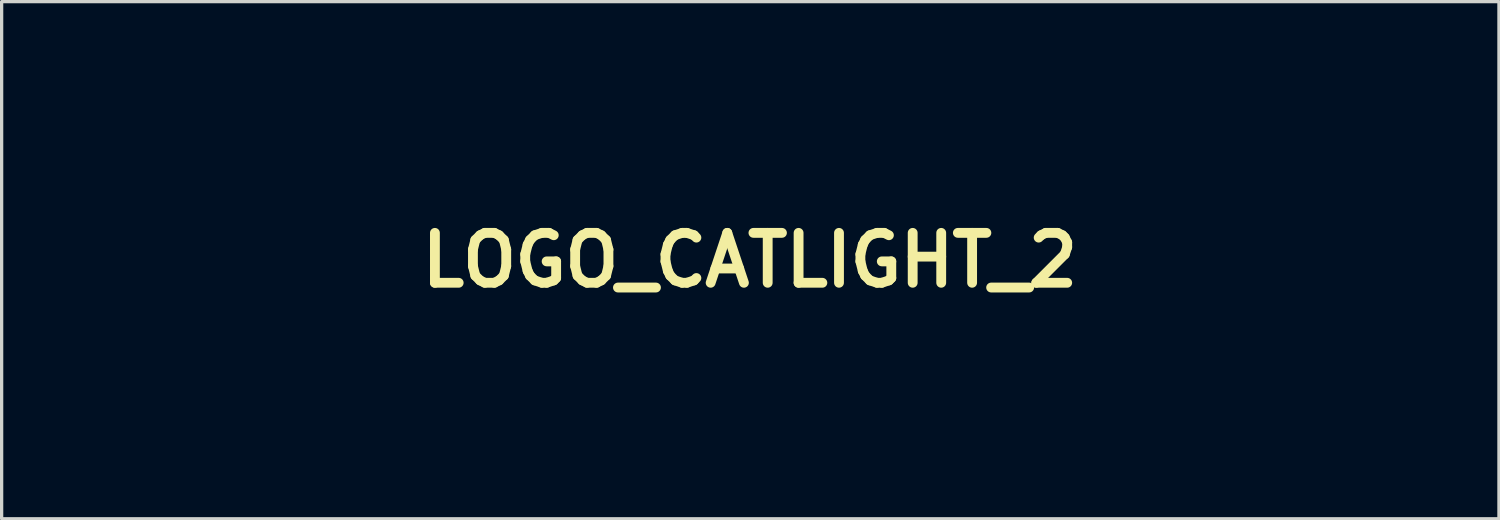
<source format=kicad_pcb>
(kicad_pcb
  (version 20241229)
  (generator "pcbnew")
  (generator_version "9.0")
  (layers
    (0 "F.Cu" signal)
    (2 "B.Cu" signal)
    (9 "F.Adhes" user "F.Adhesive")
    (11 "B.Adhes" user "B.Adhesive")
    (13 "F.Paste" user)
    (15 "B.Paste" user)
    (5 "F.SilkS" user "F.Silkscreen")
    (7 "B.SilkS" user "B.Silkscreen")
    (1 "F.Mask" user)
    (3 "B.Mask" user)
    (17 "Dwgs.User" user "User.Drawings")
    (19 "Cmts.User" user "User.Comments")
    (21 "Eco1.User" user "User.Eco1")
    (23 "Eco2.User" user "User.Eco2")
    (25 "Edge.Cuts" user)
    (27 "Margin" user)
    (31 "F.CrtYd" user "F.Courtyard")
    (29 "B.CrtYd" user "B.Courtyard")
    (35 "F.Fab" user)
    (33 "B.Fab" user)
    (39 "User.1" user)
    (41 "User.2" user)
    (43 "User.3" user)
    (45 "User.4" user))
  (footprint "LOGO_CATLIGHT_2"
    (layer "F.Cu")
    (at 19.844 4.894)
    (property "Reference" "LOGO_CATLIGHT_2" (at 0 0 0) (layer "F.SilkS") (effects (font (size 1.524 1.524) (thickness 0.3))))
    (attr board_only exclude_from_pos_files exclude_from_bom)
    (fp_poly (pts (xy 7.181 0.445) (xy 6.821 0.445) (xy 6.821 -0.424) (xy 7.181 -0.424)) (stroke (width 0) (type solid)) (fill yes) (layer "F.Mask"))
    (fp_poly (pts (xy 7.69 0.72) (xy 7.287 0.72) (xy 7.287 -0.678) (xy 7.69 -0.678)) (stroke (width 0) (type solid)) (fill yes) (layer "F.Mask"))
    (fp_poly (pts (xy 9.814 -4.374) (xy 9.87 -4.34) (xy 9.893 -4.283) (xy 9.893 -4.271) (xy 9.882 -4.219) (xy 9.844 -4.188) (xy 9.774 -4.175) (xy 9.73 -4.173) (xy 9.618 -4.173) (xy 9.618 -4.385) (xy 9.722 -4.385)) (stroke (width 0) (type solid)) (fill yes) (layer "F.Mask"))
    (fp_poly (pts (xy 9.839 -3.973) (xy 9.901 -3.944) (xy 9.931 -3.893) (xy 9.935 -3.854) (xy 9.918 -3.783) (xy 9.866 -3.735) (xy 9.779 -3.711) (xy 9.714 -3.707) (xy 9.618 -3.707) (xy 9.618 -3.983) (xy 9.742 -3.983)) (stroke (width 0) (type solid)) (fill yes) (layer "F.Mask"))
    (fp_poly (pts (xy 17.573 -4.3) (xy 17.579 -4.254) (xy 17.582 -4.179) (xy 17.583 -4.125) (xy 17.583 -3.919) (xy 17.445 -3.919) (xy 17.375 -3.921) (xy 17.326 -3.926) (xy 17.308 -3.932) (xy 17.319 -3.953) (xy 17.348 -4) (xy 17.39 -4.063) (xy 17.438 -4.134) (xy 17.486 -4.203) (xy 17.528 -4.262) (xy 17.558 -4.302) (xy 17.565 -4.31)) (stroke (width 0) (type solid)) (fill yes) (layer "F.Mask"))
    (fp_poly (pts (xy 16.035 -4.302) (xy 16.053 -4.255) (xy 16.078 -4.185) (xy 16.09 -4.148) (xy 16.118 -4.066) (xy 16.141 -3.997) (xy 16.156 -3.953) (xy 16.158 -3.946) (xy 16.152 -3.931) (xy 16.114 -3.922) (xy 16.04 -3.919) (xy 16.028 -3.919) (xy 15.957 -3.92) (xy 15.907 -3.924) (xy 15.888 -3.928) (xy 15.895 -3.951) (xy 15.912 -4.003) (xy 15.936 -4.073) (xy 15.963 -4.15) (xy 15.989 -4.223) (xy 16.011 -4.281) (xy 16.024 -4.314) (xy 16.026 -4.318)) (stroke (width 0) (type solid)) (fill yes) (layer "F.Mask"))
    (fp_poly (pts (xy 19.142 -4.392) (xy 19.188 -4.347) (xy 19.217 -4.27) (xy 19.232 -4.157) (xy 19.232 -4.007) (xy 19.231 -3.979) (xy 19.226 -3.886) (xy 19.218 -3.825) (xy 19.206 -3.785) (xy 19.186 -3.757) (xy 19.164 -3.736) (xy 19.105 -3.696) (xy 19.056 -3.692) (xy 19.005 -3.724) (xy 18.992 -3.736) (xy 18.95 -3.803) (xy 18.926 -3.904) (xy 18.918 -4.04) (xy 18.922 -4.144) (xy 18.941 -4.266) (xy 18.977 -4.351) (xy 19.031 -4.397) (xy 19.08 -4.406)) (stroke (width 0) (type solid)) (fill yes) (layer "F.Mask"))
    (fp_poly (pts (xy 2.152 -0.166) (xy 2.196 -0.161) (xy 2.203 -0.156) (xy 2.191 -0.134) (xy 2.158 -0.082) (xy 2.106 -0.005) (xy 2.038 0.095) (xy 1.957 0.211) (xy 1.867 0.34) (xy 1.822 0.404) (xy 1.715 0.555) (xy 1.604 0.713) (xy 1.494 0.867) (xy 1.392 1.012) (xy 1.303 1.138) (xy 1.233 1.238) (xy 1.229 1.244) (xy 1.158 1.342) (xy 1.095 1.429) (xy 1.045 1.497) (xy 1.01 1.542) (xy 0.997 1.556) (xy 0.981 1.545) (xy 0.959 1.503) (xy 0.946 1.467) (xy 0.929 1.415) (xy 0.902 1.331) (xy 0.868 1.223) (xy 0.828 1.1) (xy 0.788 0.974) (xy 0.748 0.85) (xy 0.711 0.736) (xy 0.681 0.641) (xy 0.659 0.572) (xy 0.647 0.536) (xy 0.647 0.535) (xy 0.633 0.487) (xy 0.952 0.487) (xy 1.078 0.487) (xy 1.167 0.484) (xy 1.225 0.48) (xy 1.258 0.472) (xy 1.27 0.462) (xy 1.271 0.457) (xy 1.265 0.427) (xy 1.248 0.365) (xy 1.222 0.279) (xy 1.19 0.177) (xy 1.178 0.14) (xy 1.085 -0.148) (xy 1.406 -0.148) (xy 1.544 -0.149) (xy 1.693 -0.152) (xy 1.834 -0.156) (xy 1.952 -0.162) (xy 1.965 -0.162) (xy 2.073 -0.167)) (stroke (width 0) (type solid)) (fill yes) (layer "F.Mask"))
    (fp_poly (pts (xy 11.27 -0.402) (xy 12.684 -0.408) (xy 14.098 -0.413) (xy 14.104 -0.588) (xy 14.11 -0.763) (xy 15.083 -0.763) (xy 15.083 0.826) (xy 14.109 0.826) (xy 14.109 0.53) (xy 11.27 0.53) (xy 11.265 1.626) (xy 11.259 2.722) (xy 10.767 2.728) (xy 10.274 2.734) (xy 10.274 -1.633) (xy 8.564 -1.626) (xy 8.254 -1.624) (xy 7.984 -1.623) (xy 7.751 -1.622) (xy 7.55 -1.62) (xy 7.38 -1.619) (xy 7.238 -1.617) (xy 7.119 -1.615) (xy 7.022 -1.612) (xy 6.944 -1.609) (xy 6.88 -1.605) (xy 6.829 -1.601) (xy 6.787 -1.595) (xy 6.751 -1.589) (xy 6.718 -1.582) (xy 6.686 -1.574) (xy 6.675 -1.571) (xy 6.463 -1.5) (xy 6.28 -1.404) (xy 6.125 -1.283) (xy 5.997 -1.133) (xy 5.894 -0.954) (xy 5.815 -0.744) (xy 5.759 -0.5) (xy 5.724 -0.221) (xy 5.72 -0.169) (xy 5.71 0.147) (xy 5.723 0.441) (xy 5.759 0.711) (xy 5.817 0.954) (xy 5.896 1.167) (xy 5.995 1.348) (xy 6.115 1.494) (xy 6.115 1.494) (xy 6.212 1.579) (xy 6.317 1.649) (xy 6.436 1.708) (xy 6.573 1.754) (xy 6.73 1.79) (xy 6.913 1.815) (xy 7.125 1.831) (xy 7.369 1.839) (xy 7.651 1.839) (xy 7.732 1.838) (xy 7.906 1.835) (xy 8.043 1.831) (xy 8.149 1.827) (xy 8.231 1.821) (xy 8.292 1.813) (xy 8.34 1.803) (xy 8.378 1.792) (xy 8.523 1.72) (xy 8.636 1.62) (xy 8.719 1.491) (xy 8.772 1.333) (xy 8.795 1.144) (xy 8.795 1.098) (xy 8.781 0.911) (xy 8.736 0.752) (xy 8.661 0.624) (xy 8.557 0.525) (xy 8.492 0.486) (xy 8.439 0.459) (xy 8.401 0.446) (xy 8.375 0.45) (xy 8.359 0.476) (xy 8.351 0.53) (xy 8.347 0.615) (xy 8.347 0.737) (xy 8.347 0.773) (xy 8.347 1.102) (xy 7.796 1.102) (xy 7.796 -1.017) (xy 8.347 -1.017) (xy 8.347 -0.403) (xy 8.411 -0.403) (xy 8.512 -0.394) (xy 8.635 -0.369) (xy 8.767 -0.333) (xy 8.892 -0.29) (xy 8.961 -0.26) (xy 9.133 -0.155) (xy 9.287 -0.016) (xy 9.417 0.152) (xy 9.488 0.279) (xy 9.545 0.403) (xy 9.586 0.517) (xy 9.615 0.632) (xy 9.634 0.756) (xy 9.644 0.901) (xy 9.648 1.077) (xy 9.648 1.102) (xy 9.647 1.243) (xy 9.644 1.353) (xy 9.637 1.442) (xy 9.627 1.52) (xy 9.61 1.597) (xy 9.599 1.642) (xy 9.517 1.89) (xy 9.404 2.109) (xy 9.262 2.297) (xy 9.089 2.456) (xy 8.887 2.584) (xy 8.655 2.682) (xy 8.548 2.715) (xy 8.499 2.728) (xy 8.452 2.738) (xy 8.399 2.746) (xy 8.338 2.752) (xy 8.261 2.757) (xy 8.164 2.76) (xy 8.042 2.763) (xy 7.889 2.765) (xy 7.7 2.766) (xy 7.648 2.767) (xy 7.41 2.768) (xy 7.212 2.767) (xy 7.048 2.765) (xy 6.915 2.761) (xy 6.808 2.754) (xy 6.725 2.745) (xy 6.715 2.744) (xy 6.395 2.682) (xy 6.103 2.59) (xy 5.842 2.467) (xy 5.609 2.314) (xy 5.405 2.131) (xy 5.23 1.916) (xy 5.083 1.671) (xy 4.964 1.394) (xy 4.874 1.086) (xy 4.811 0.745) (xy 4.789 0.551) (xy 4.769 0.206) (xy 4.774 -0.13) (xy 4.789 -0.339) (xy 4.838 -0.695) (xy 4.913 -1.019) (xy 5.016 -1.312) (xy 5.147 -1.572) (xy 5.306 -1.803) (xy 5.494 -2.002) (xy 5.712 -2.172) (xy 5.959 -2.313) (xy 6.236 -2.425) (xy 6.514 -2.503) (xy 6.548 -2.51) (xy 6.581 -2.517) (xy 6.614 -2.523) (xy 6.652 -2.528) (xy 6.696 -2.533) (xy 6.749 -2.537) (xy 6.814 -2.54) (xy 6.892 -2.543) (xy 6.988 -2.546) (xy 7.103 -2.548) (xy 7.239 -2.55) (xy 7.401 -2.551) (xy 7.589 -2.552) (xy 7.807 -2.554) (xy 8.057 -2.555) (xy 8.342 -2.556) (xy 8.664 -2.557) (xy 8.998 -2.558) (xy 11.27 -2.565)) (stroke (width 0) (type solid)) (fill yes) (layer "F.Mask"))
    (fp_poly (pts (xy 19.871 -3.178) (xy 17.541 -3.178) (xy 17.541 -1.441) (xy 15.083 -1.441) (xy 15.083 -1.123) (xy 14.109 -1.123) (xy 14.109 -2.563) (xy 15.083 -2.563) (xy 15.083 -2.181) (xy 16.28 -2.193) (xy 16.286 -2.685) (xy 16.292 -3.178) (xy 3.262 -3.178) (xy 3.262 -1.08) (xy 4.173 -1.08) (xy 4.173 -0.361) (xy 3.574 -0.355) (xy 2.976 -0.35) (xy 3.626 0.614) (xy 3.748 0.795) (xy 3.862 0.966) (xy 3.967 1.122) (xy 4.06 1.262) (xy 4.14 1.381) (xy 4.203 1.477) (xy 4.248 1.547) (xy 4.273 1.586) (xy 4.278 1.594) (xy 4.258 1.599) (xy 4.201 1.602) (xy 4.114 1.606) (xy 4.001 1.608) (xy 3.869 1.61) (xy 3.76 1.61) (xy 3.241 1.61) (xy 3.241 3.107) (xy 5.437 3.121) (xy 5.689 3.123) (xy 5.98 3.124) (xy 6.306 3.125) (xy 6.663 3.127) (xy 7.049 3.128) (xy 7.459 3.129) (xy 7.89 3.13) (xy 8.339 3.131) (xy 8.801 3.132) (xy 9.274 3.133) (xy 9.753 3.134) (xy 10.235 3.134) (xy 10.717 3.135) (xy 11.195 3.135) (xy 11.665 3.135) (xy 11.973 3.135) (xy 16.312 3.135) (xy 16.312 2.267) (xy 15.083 2.267) (xy 15.083 2.733) (xy 14.109 2.733) (xy 14.109 1.186) (xy 15.083 1.186) (xy 15.083 1.504) (xy 16.757 1.504) (xy 16.757 0.403) (xy 16.168 0.403) (xy 16.057 0.479) (xy 15.989 0.527) (xy 15.901 0.589) (xy 15.81 0.655) (xy 15.774 0.681) (xy 15.602 0.807) (xy 15.597 0.04) (xy 15.596 -0.136) (xy 15.595 -0.298) (xy 15.595 -0.442) (xy 15.596 -0.562) (xy 15.597 -0.654) (xy 15.598 -0.714) (xy 15.6 -0.736) (xy 15.619 -0.727) (xy 15.666 -0.697) (xy 15.735 -0.651) (xy 15.819 -0.591) (xy 15.86 -0.562) (xy 16.112 -0.38) (xy 16.81 -0.375) (xy 17.509 -0.371) (xy 17.505 0.752) (xy 17.504 0.982) (xy 17.503 1.246) (xy 17.503 1.537) (xy 17.502 1.847) (xy 17.501 2.167) (xy 17.501 2.489) (xy 17.5 2.807) (xy 17.5 3.111) (xy 17.5 3.345) (xy 17.498 4.814) (xy 9.718 4.803) (xy 8.953 4.801) (xy 8.23 4.8) (xy 7.548 4.799) (xy 6.907 4.798) (xy 6.307 4.796) (xy 5.745 4.795) (xy 5.223 4.793) (xy 4.74 4.792) (xy 4.295 4.79) (xy 3.887 4.789) (xy 3.516 4.787) (xy 3.181 4.786) (xy 2.883 4.784) (xy 2.62 4.782) (xy 2.391 4.78) (xy 2.197 4.778) (xy 2.037 4.776) (xy 1.91 4.774) (xy 1.816 4.772) (xy 1.753 4.77) (xy 1.727 4.768) (xy 1.341 4.711) (xy 0.989 4.63) (xy 0.67 4.524) (xy 0.492 4.448) (xy 0.179 4.279) (xy -0.102 4.083) (xy -0.35 3.86) (xy -0.565 3.611) (xy -0.747 3.336) (xy -0.894 3.037) (xy -1.007 2.715) (xy -1.029 2.634) (xy -1.046 2.564) (xy -1.062 2.501) (xy -1.077 2.441) (xy -1.09 2.382) (xy -1.101 2.322) (xy -1.111 2.258) (xy -1.119 2.188) (xy -1.126 2.108) (xy -1.133 2.018) (xy -1.138 1.913) (xy -1.142 1.792) (xy -1.146 1.652) (xy -1.149 1.491) (xy -1.151 1.306) (xy -1.153 1.094) (xy -1.155 0.853) (xy -1.156 0.581) (xy -1.157 0.275) (xy -1.158 -0.068) (xy -1.159 -0.449) (xy -1.16 -0.588) (xy -1.167 -3.178) (xy 0.507 -3.178) (xy 0.514 -0.673) (xy 0.515 -0.292) (xy 0.516 0.049) (xy 0.517 0.353) (xy 0.519 0.621) (xy 0.52 0.856) (xy 0.521 1.061) (xy 0.523 1.238) (xy 0.525 1.389) (xy 0.527 1.517) (xy 0.529 1.623) (xy 0.532 1.712) (xy 0.535 1.784) (xy 0.538 1.842) (xy 0.542 1.889) (xy 0.547 1.927) (xy 0.552 1.959) (xy 0.557 1.986) (xy 0.559 1.991) (xy 0.633 2.221) (xy 0.742 2.427) (xy 0.884 2.607) (xy 1.058 2.76) (xy 1.262 2.884) (xy 1.272 2.889) (xy 1.546 2.999) (xy 1.836 3.073) (xy 2.133 3.109) (xy 2.208 3.112) (xy 2.351 3.114) (xy 2.351 1.61) (xy 1.841 1.61) (xy 1.676 1.61) (xy 1.55 1.608) (xy 1.457 1.606) (xy 1.395 1.602) (xy 1.357 1.596) (xy 1.342 1.589) (xy 1.341 1.582) (xy 1.354 1.56) (xy 1.389 1.506) (xy 1.443 1.423) (xy 1.515 1.315) (xy 1.601 1.185) (xy 1.7 1.037) (xy 1.809 0.874) (xy 1.926 0.698) (xy 1.99 0.603) (xy 2.629 -0.35) (xy 1.462 -0.361) (xy 1.462 -1.08) (xy 2.373 -1.08) (xy 2.373 -3.178) (xy 0.507 -3.178) (xy -1.167 -3.178) (xy -3.623 -3.178) (xy -3.623 4.894) (xy -5.979 4.883) (xy -7.131 1.972) (xy -7.286 1.581) (xy -7.432 1.212) (xy -7.57 0.867) (xy -7.698 0.546) (xy -7.816 0.251) (xy -7.923 -0.016) (xy -8.02 -0.254) (xy -8.104 -0.461) (xy -8.176 -0.636) (xy -8.235 -0.778) (xy -8.281 -0.885) (xy -8.312 -0.956) (xy -8.329 -0.989) (xy -8.33 -0.991) (xy -8.411 -1.057) (xy -8.505 -1.092) (xy -8.611 -1.102) (xy -8.745 -1.087) (xy -8.851 -1.043) (xy -8.916 -0.989) (xy -8.93 -0.963) (xy -8.96 -0.899) (xy -9.005 -0.799) (xy -9.063 -0.664) (xy -9.135 -0.497) (xy -9.219 -0.3) (xy -9.315 -0.072) (xy -9.422 0.183) (xy -9.54 0.464) (xy -9.667 0.769) (xy -9.804 1.097) (xy -9.949 1.446) (xy -10.101 1.815) (xy -10.167 1.974) (xy -11.369 4.883) (xy -13.486 4.885) (xy -13.789 4.885) (xy -14.086 4.885) (xy -14.372 4.885) (xy -14.645 4.884) (xy -14.901 4.883) (xy -15.136 4.882) (xy -15.348 4.88) (xy -15.532 4.878) (xy -15.686 4.876) (xy -15.806 4.874) (xy -15.888 4.872) (xy -15.91 4.871) (xy -16.259 4.841) (xy -16.608 4.788) (xy -16.946 4.714) (xy -17.26 4.622) (xy -17.367 4.584) (xy -17.727 4.429) (xy -18.059 4.244) (xy -18.361 4.03) (xy -18.636 3.785) (xy -18.882 3.51) (xy -19.1 3.203) (xy -19.29 2.865) (xy -19.452 2.496) (xy -19.588 2.095) (xy -19.696 1.661) (xy -19.777 1.196) (xy -19.797 1.038) (xy -19.808 0.932) (xy -19.818 0.794) (xy -19.827 0.635) (xy -19.836 0.466) (xy -19.842 0.296) (xy -19.844 0.221) (xy -19.843 0.002) (xy -18.17 0.002) (xy -18.161 0.36) (xy -18.136 0.71) (xy -18.093 1.044) (xy -18.034 1.355) (xy -18.016 1.428) (xy -17.938 1.691) (xy -17.841 1.938) (xy -17.729 2.163) (xy -17.604 2.357) (xy -17.509 2.476) (xy -17.326 2.648) (xy -17.11 2.798) (xy -16.865 2.924) (xy -16.596 3.025) (xy -16.307 3.098) (xy -16.001 3.142) (xy -15.904 3.149) (xy -15.676 3.163) (xy -15.676 2.984) (xy -15.668 2.792) (xy -15.643 2.632) (xy -15.598 2.498) (xy -15.531 2.381) (xy -15.475 2.312) (xy -15.403 2.232) (xy -15.577 2.207) (xy -15.86 2.149) (xy -16.115 2.063) (xy -16.339 1.948) (xy -16.533 1.806) (xy -16.695 1.637) (xy -16.825 1.442) (xy -16.918 1.232) (xy -16.956 1.098) (xy -16.989 0.938) (xy -17.014 0.768) (xy -17.029 0.605) (xy -17.032 0.516) (xy -17.014 0.284) (xy -16.963 0.058) (xy -16.88 -0.153) (xy -16.769 -0.339) (xy -16.75 -0.365) (xy -16.673 -0.465) (xy -16.707 -0.598) (xy -16.727 -0.726) (xy -16.732 -0.877) (xy -16.723 -1.035) (xy -16.699 -1.185) (xy -16.672 -1.287) (xy -16.626 -1.419) (xy -16.542 -1.419) (xy -16.418 -1.406) (xy -16.272 -1.366) (xy -16.112 -1.304) (xy -15.945 -1.224) (xy -15.793 -1.134) (xy -15.667 -1.054) (xy -15.412 -1.104) (xy -15.201 -1.135) (xy -14.965 -1.153) (xy -14.718 -1.157) (xy -14.476 -1.148) (xy -14.251 -1.124) (xy -14.128 -1.103) (xy -13.883 -1.053) (xy -13.704 -1.158) (xy -13.599 -1.218) (xy -13.517 -1.262) (xy -13.444 -1.297) (xy -13.367 -1.328) (xy -13.273 -1.362) (xy -13.252 -1.369) (xy -13.133 -1.403) (xy -13.032 -1.418) (xy -12.956 -1.414) (xy -12.91 -1.39) (xy -12.904 -1.382) (xy -12.867 -1.287) (xy -12.839 -1.163) (xy -12.821 -1.021) (xy -12.813 -0.874) (xy -12.816 -0.735) (xy -12.832 -0.615) (xy -12.844 -0.569) (xy -12.874 -0.471) (xy -12.8 -0.378) (xy -12.717 -0.254) (xy -12.64 -0.103) (xy -12.579 0.057) (xy -12.55 0.165) (xy -12.534 0.25) (xy -12.525 0.337) (xy -12.522 0.439) (xy -12.525 0.568) (xy -12.526 0.612) (xy -12.546 0.869) (xy -12.585 1.092) (xy -12.645 1.289) (xy -12.728 1.463) (xy -12.837 1.622) (xy -12.952 1.75) (xy -13.047 1.841) (xy -13.13 1.908) (xy -13.215 1.963) (xy -13.306 2.01) (xy -13.452 2.071) (xy -13.622 2.128) (xy -13.799 2.176) (xy -13.963 2.209) (xy -14.017 2.217) (xy -14.08 2.227) (xy -14.121 2.238) (xy -14.13 2.244) (xy -14.116 2.266) (xy -14.081 2.305) (xy -14.057 2.329) (xy -13.99 2.407) (xy -13.941 2.494) (xy -13.908 2.6) (xy -13.889 2.733) (xy -13.881 2.87) (xy -13.877 2.972) (xy -13.873 3.059) (xy -13.869 3.122) (xy -13.865 3.151) (xy -13.854 3.158) (xy -13.825 3.164) (xy -13.774 3.168) (xy -13.698 3.171) (xy -13.594 3.173) (xy -13.459 3.174) (xy -13.289 3.174) (xy -13.082 3.173) (xy -12.982 3.173) (xy -12.109 3.167) (xy -11.119 0.777) (xy -10.993 0.472) (xy -10.87 0.176) (xy -10.751 -0.108) (xy -10.639 -0.377) (xy -10.533 -0.63) (xy -10.435 -0.863) (xy -10.345 -1.074) (xy -10.266 -1.26) (xy -10.198 -1.419) (xy -10.142 -1.549) (xy -10.099 -1.647) (xy -10.07 -1.709) (xy -10.059 -1.732) (xy -9.928 -1.912) (xy -9.765 -2.065) (xy -9.57 -2.192) (xy -9.345 -2.29) (xy -9.205 -2.333) (xy -9.133 -2.351) (xy -9.067 -2.364) (xy -8.999 -2.373) (xy -8.92 -2.378) (xy -8.821 -2.381) (xy -8.693 -2.382) (xy -8.601 -2.382) (xy -8.41 -2.379) (xy -8.253 -2.371) (xy -8.12 -2.356) (xy -8.003 -2.332) (xy -7.891 -2.298) (xy -7.777 -2.251) (xy -7.69 -2.21) (xy -7.558 -2.13) (xy -7.423 -2.022) (xy -7.299 -1.898) (xy -7.198 -1.768) (xy -7.166 -1.716) (xy -7.149 -1.681) (xy -7.118 -1.609) (xy -7.074 -1.504) (xy -7.017 -1.366) (xy -6.949 -1.201) (xy -6.87 -1.009) (xy -6.783 -0.793) (xy -6.687 -0.557) (xy -6.585 -0.303) (xy -6.477 -0.034) (xy -6.364 0.249) (xy -6.247 0.541) (xy -6.218 0.614) (xy -6.101 0.906) (xy -5.989 1.187) (xy -5.883 1.454) (xy -5.782 1.705) (xy -5.689 1.937) (xy -5.605 2.149) (xy -5.529 2.336) (xy -5.464 2.498) (xy -5.411 2.631) (xy -5.369 2.733) (xy -5.341 2.802) (xy -5.328 2.834) (xy -5.326 2.837) (xy -5.325 2.817) (xy -5.324 2.757) (xy -5.323 2.66) (xy -5.322 2.527) (xy -5.321 2.362) (xy -5.321 2.166) (xy -5.32 1.942) (xy -5.319 1.692) (xy -5.319 1.418) (xy -5.318 1.124) (xy -5.318 0.811) (xy -5.317 0.481) (xy -5.317 0.138) (xy -5.317 -0.166) (xy -5.317 -3.178) (xy -10.682 -3.171) (xy -11.249 -3.171) (xy -11.775 -3.17) (xy -12.262 -3.169) (xy -12.711 -3.168) (xy -13.124 -3.168) (xy -13.502 -3.167) (xy -13.848 -3.166) (xy -14.162 -3.165) (xy -14.446 -3.164) (xy -14.702 -3.163) (xy -14.931 -3.162) (xy -15.135 -3.161) (xy -15.316 -3.159) (xy -15.474 -3.158) (xy -15.612 -3.156) (xy -15.732 -3.154) (xy -15.833 -3.152) (xy -15.92 -3.15) (xy -15.992 -3.148) (xy -16.051 -3.145) (xy -16.1 -3.143) (xy -16.138 -3.14) (xy -16.169 -3.136) (xy -16.194 -3.133) (xy -16.213 -3.129) (xy -16.401 -3.087) (xy -16.559 -3.044) (xy -16.7 -2.996) (xy -16.836 -2.939) (xy -16.937 -2.892) (xy -17.175 -2.754) (xy -17.383 -2.592) (xy -17.564 -2.402) (xy -17.718 -2.183) (xy -17.848 -1.931) (xy -17.956 -1.644) (xy -17.961 -1.63) (xy -18.035 -1.351) (xy -18.094 -1.04) (xy -18.136 -0.706) (xy -18.161 -0.356) (xy -18.17 0.002) (xy -19.843 0.002) (xy -19.842 -0.326) (xy -19.814 -0.842) (xy -19.757 -1.326) (xy -19.672 -1.779) (xy -19.56 -2.2) (xy -19.419 -2.591) (xy -19.249 -2.951) (xy -19.052 -3.28) (xy -18.825 -3.58) (xy -18.57 -3.849) (xy -18.287 -4.089) (xy -18.281 -4.092) (xy 6.611 -4.092) (xy 6.612 -3.974) (xy 6.628 -3.866) (xy 6.632 -3.848) (xy 6.674 -3.763) (xy 6.744 -3.678) (xy 6.833 -3.605) (xy 6.927 -3.555) (xy 6.941 -3.55) (xy 7.048 -3.529) (xy 7.172 -3.525) (xy 7.295 -3.537) (xy 7.397 -3.565) (xy 7.399 -3.566) (xy 7.448 -3.59) (xy 7.471 -3.617) (xy 7.478 -3.663) (xy 7.478 -3.696) (xy 7.476 -3.753) (xy 7.472 -3.787) (xy 7.47 -3.792) (xy 7.447 -3.784) (xy 7.4 -3.764) (xy 7.369 -3.75) (xy 7.253 -3.715) (xy 7.14 -3.711) (xy 7.04 -3.739) (xy 6.959 -3.796) (xy 6.918 -3.852) (xy 6.877 -3.971) (xy 6.873 -4.048) (xy 7.648 -4.048) (xy 7.664 -3.891) (xy 7.714 -3.76) (xy 7.796 -3.655) (xy 7.911 -3.578) (xy 7.986 -3.548) (xy 8.088 -3.528) (xy 8.208 -3.525) (xy 8.294 -3.533) (xy 9.363 -3.533) (xy 9.676 -3.542) (xy 9.81 -3.546) (xy 9.909 -3.553) (xy 9.979 -3.562) (xy 10.029 -3.575) (xy 10.057 -3.587) (xy 10.132 -3.65) (xy 10.177 -3.741) (xy 10.19 -3.846) (xy 10.185 -3.914) (xy 10.163 -3.964) (xy 10.117 -4.017) (xy 10.044 -4.09) (xy 10.096 -4.141) (xy 10.135 -4.207) (xy 10.15 -4.291) (xy 10.14 -4.379) (xy 10.106 -4.453) (xy 10.104 -4.456) (xy 10.065 -4.493) (xy 10.013 -4.52) (xy 9.94 -4.538) (xy 9.875 -4.545) (xy 10.232 -4.545) (xy 10.243 -4.525) (xy 10.273 -4.476) (xy 10.319 -4.404) (xy 10.377 -4.314) (xy 10.423 -4.244) (xy 10.613 -3.952) (xy 10.613 -3.538) (xy 10.868 -3.538) (xy 11.757 -3.538) (xy 12.01 -3.538) (xy 12.016 -3.876) (xy 12.022 -4.214) (xy 12.202 -3.876) (xy 12.382 -3.538) (xy 12.525 -3.538) (xy 12.668 -3.538) (xy 12.668 -4.056) (xy 12.891 -4.056) (xy 12.902 -3.909) (xy 12.936 -3.791) (xy 12.998 -3.697) (xy 13.091 -3.62) (xy 13.111 -3.608) (xy 13.181 -3.57) (xy 13.245 -3.541) (xy 13.28 -3.53) (xy 13.352 -3.525) (xy 13.446 -3.527) (xy 13.545 -3.536) (xy 13.632 -3.549) (xy 13.68 -3.563) (xy 13.721 -3.582) (xy 13.742 -3.608) (xy 13.748 -3.655) (xy 13.749 -3.691) (xy 13.749 -3.793) (xy 13.682 -3.758) (xy 13.621 -3.737) (xy 13.541 -3.72) (xy 13.496 -3.714) (xy 13.375 -3.721) (xy 13.278 -3.761) (xy 13.208 -3.833) (xy 13.166 -3.936) (xy 13.155 -4.041) (xy 13.156 -4.046) (xy 13.96 -4.046) (xy 13.96 -3.834) (xy 14.384 -3.834) (xy 14.384 -4.046) (xy 13.96 -4.046) (xy 13.156 -4.046) (xy 13.171 -4.174) (xy 13.207 -4.257) (xy 14.575 -4.257) (xy 14.579 -4.186) (xy 14.596 -4.137) (xy 14.633 -4.09) (xy 14.645 -4.078) (xy 14.712 -4.026) (xy 14.789 -3.989) (xy 14.804 -3.985) (xy 14.885 -3.964) (xy 14.966 -3.942) (xy 14.976 -3.94) (xy 15.059 -3.907) (xy 15.11 -3.863) (xy 15.126 -3.814) (xy 15.105 -3.765) (xy 15.072 -3.737) (xy 15.008 -3.715) (xy 14.918 -3.711) (xy 14.815 -3.724) (xy 14.711 -3.752) (xy 14.673 -3.767) (xy 14.575 -3.811) (xy 14.575 -3.583) (xy 14.697 -3.558) (xy 14.766 -3.543) (xy 14.819 -3.531) (xy 14.84 -3.525) (xy 14.887 -3.519) (xy 14.961 -3.521) (xy 15.047 -3.53) (xy 15.092 -3.538) (xy 15.491 -3.538) (xy 15.752 -3.538) (xy 15.783 -3.628) (xy 15.814 -3.718) (xy 16.028 -3.724) (xy 16.242 -3.73) (xy 16.296 -3.538) (xy 16.563 -3.538) (xy 16.503 -3.702) (xy 16.474 -3.78) (xy 16.45 -3.847) (xy 17.138 -3.847) (xy 17.138 -3.728) (xy 17.583 -3.728) (xy 17.583 -3.538) (xy 17.837 -3.538) (xy 17.837 -3.633) (xy 17.839 -3.692) (xy 17.85 -3.719) (xy 17.878 -3.728) (xy 17.911 -3.728) (xy 17.957 -3.73) (xy 17.978 -3.744) (xy 17.985 -3.781) (xy 17.985 -3.792) (xy 18.197 -3.792) (xy 18.197 -3.538) (xy 18.43 -3.538) (xy 18.43 -3.792) (xy 18.197 -3.792) (xy 17.985 -3.792) (xy 17.985 -3.824) (xy 17.984 -3.882) (xy 17.973 -3.91) (xy 17.944 -3.919) (xy 17.911 -3.919) (xy 17.837 -3.919) (xy 17.837 -4.058) (xy 18.664 -4.058) (xy 18.675 -3.894) (xy 18.71 -3.763) (xy 18.771 -3.661) (xy 18.858 -3.585) (xy 18.896 -3.564) (xy 19.009 -3.524) (xy 19.124 -3.521) (xy 19.218 -3.541) (xy 19.304 -3.586) (xy 19.384 -3.661) (xy 19.445 -3.753) (xy 19.47 -3.817) (xy 19.48 -3.883) (xy 19.486 -3.975) (xy 19.487 -4.077) (xy 19.486 -4.099) (xy 19.479 -4.205) (xy 19.466 -4.281) (xy 19.446 -4.343) (xy 19.425 -4.385) (xy 19.349 -4.483) (xy 19.249 -4.546) (xy 19.126 -4.574) (xy 19.092 -4.575) (xy 18.955 -4.559) (xy 18.843 -4.509) (xy 18.758 -4.426) (xy 18.7 -4.311) (xy 18.669 -4.165) (xy 18.664 -4.058) (xy 17.837 -4.058) (xy 17.837 -4.555) (xy 17.543 -4.555) (xy 17.341 -4.26) (xy 17.266 -4.151) (xy 17.213 -4.07) (xy 17.177 -4.01) (xy 17.155 -3.964) (xy 17.143 -3.925) (xy 17.139 -3.886) (xy 17.138 -3.847) (xy 16.45 -3.847) (xy 16.435 -3.886) (xy 16.39 -4.009) (xy 16.342 -4.138) (xy 16.317 -4.205) (xy 16.191 -4.544) (xy 15.864 -4.544) (xy 15.677 -4.041) (xy 15.491 -3.538) (xy 15.092 -3.538) (xy 15.131 -3.544) (xy 15.198 -3.562) (xy 15.217 -3.569) (xy 15.293 -3.626) (xy 15.344 -3.706) (xy 15.37 -3.8) (xy 15.37 -3.898) (xy 15.343 -3.988) (xy 15.288 -4.061) (xy 15.264 -4.08) (xy 15.217 -4.102) (xy 15.143 -4.128) (xy 15.055 -4.152) (xy 15.034 -4.157) (xy 14.951 -4.179) (xy 14.883 -4.2) (xy 14.84 -4.216) (xy 14.834 -4.22) (xy 14.81 -4.263) (xy 14.814 -4.317) (xy 14.841 -4.359) (xy 14.849 -4.363) (xy 14.904 -4.378) (xy 14.985 -4.384) (xy 15.077 -4.38) (xy 15.166 -4.368) (xy 15.221 -4.353) (xy 15.274 -4.334) (xy 15.307 -4.323) (xy 15.311 -4.322) (xy 15.314 -4.341) (xy 15.316 -4.389) (xy 15.316 -4.426) (xy 15.316 -4.53) (xy 15.209 -4.553) (xy 15.079 -4.572) (xy 14.947 -4.575) (xy 14.827 -4.563) (xy 14.732 -4.536) (xy 14.73 -4.535) (xy 14.648 -4.48) (xy 14.598 -4.404) (xy 14.576 -4.299) (xy 14.575 -4.257) (xy 13.207 -4.257) (xy 13.216 -4.278) (xy 13.272 -4.339) (xy 13.343 -4.372) (xy 13.436 -4.386) (xy 13.539 -4.381) (xy 13.637 -4.357) (xy 13.665 -4.345) (xy 13.749 -4.304) (xy 13.749 -4.406) (xy 13.746 -4.468) (xy 13.733 -4.504) (xy 13.703 -4.526) (xy 13.68 -4.536) (xy 13.619 -4.552) (xy 13.527 -4.562) (xy 13.42 -4.565) (xy 13.317 -4.562) (xy 13.243 -4.554) (xy 13.186 -4.538) (xy 13.145 -4.519) (xy 13.034 -4.444) (xy 12.957 -4.352) (xy 12.911 -4.237) (xy 12.892 -4.093) (xy 12.891 -4.056) (xy 12.668 -4.056) (xy 12.668 -4.555) (xy 12.435 -4.555) (xy 12.435 -4.211) (xy 12.434 -4.081) (xy 12.431 -3.982) (xy 12.426 -3.916) (xy 12.419 -3.888) (xy 12.416 -3.888) (xy 12.399 -3.913) (xy 12.367 -3.969) (xy 12.323 -4.048) (xy 12.27 -4.146) (xy 12.227 -4.226) (xy 12.058 -4.544) (xy 11.907 -4.55) (xy 11.757 -4.556) (xy 11.757 -3.538) (xy 10.868 -3.538) (xy 10.868 -3.984) (xy 10.909 -4.046) (xy 11.122 -4.046) (xy 11.122 -3.834) (xy 11.545 -3.834) (xy 11.545 -4.046) (xy 11.122 -4.046) (xy 10.909 -4.046) (xy 11.059 -4.269) (xy 11.25 -4.555) (xy 10.962 -4.555) (xy 10.848 -4.373) (xy 10.733 -4.191) (xy 10.503 -4.555) (xy 10.368 -4.555) (xy 10.298 -4.553) (xy 10.249 -4.55) (xy 10.232 -4.545) (xy 9.875 -4.545) (xy 9.84 -4.549) (xy 9.708 -4.554) (xy 9.634 -4.555) (xy 9.363 -4.555) (xy 9.363 -3.533) (xy 8.294 -3.533) (xy 8.328 -3.536) (xy 8.428 -3.562) (xy 8.437 -3.566) (xy 8.486 -3.59) (xy 8.509 -3.617) (xy 8.516 -3.663) (xy 8.516 -3.696) (xy 8.514 -3.753) (xy 8.51 -3.787) (xy 8.508 -3.792) (xy 8.485 -3.784) (xy 8.438 -3.764) (xy 8.407 -3.75) (xy 8.291 -3.715) (xy 8.178 -3.711) (xy 8.078 -3.739) (xy 7.997 -3.796) (xy 7.956 -3.852) (xy 7.92 -3.955) (xy 8.707 -3.955) (xy 8.71 -3.895) (xy 8.718 -3.855) (xy 8.722 -3.848) (xy 8.748 -3.842) (xy 8.807 -3.839) (xy 8.887 -3.838) (xy 8.939 -3.839) (xy 9.141 -3.845) (xy 9.141 -4.036) (xy 8.924 -4.042) (xy 8.707 -4.048) (xy 8.707 -3.955) (xy 7.92 -3.955) (xy 7.915 -3.971) (xy 7.908 -4.09) (xy 7.936 -4.202) (xy 7.995 -4.296) (xy 8.019 -4.32) (xy 8.07 -4.359) (xy 8.118 -4.378) (xy 8.182 -4.384) (xy 8.215 -4.385) (xy 8.325 -4.374) (xy 8.422 -4.345) (xy 8.426 -4.343) (xy 8.516 -4.302) (xy 8.516 -4.508) (xy 8.417 -4.542) (xy 8.338 -4.561) (xy 8.244 -4.573) (xy 8.187 -4.576) (xy 8.025 -4.559) (xy 7.89 -4.51) (xy 7.783 -4.431) (xy 7.706 -4.322) (xy 7.661 -4.185) (xy 7.648 -4.048) (xy 6.873 -4.048) (xy 6.87 -4.09) (xy 6.898 -4.202) (xy 6.957 -4.296) (xy 6.981 -4.32) (xy 7.032 -4.359) (xy 7.08 -4.378) (xy 7.144 -4.384) (xy 7.177 -4.385) (xy 7.287 -4.374) (xy 7.384 -4.345) (xy 7.388 -4.343) (xy 7.478 -4.302) (xy 7.478 -4.508) (xy 7.379 -4.542) (xy 7.267 -4.567) (xy 7.139 -4.575) (xy 7.014 -4.566) (xy 6.945 -4.551) (xy 6.851 -4.506) (xy 6.758 -4.434) (xy 6.682 -4.347) (xy 6.649 -4.291) (xy 6.624 -4.203) (xy 6.611 -4.092) (xy -18.281 -4.092) (xy -17.974 -4.299) (xy -17.7 -4.448) (xy -17.382 -4.584) (xy -17.031 -4.7) (xy -16.652 -4.793) (xy -16.363 -4.845) (xy -16.348 -4.847) (xy -16.329 -4.849) (xy -16.306 -4.851) (xy -16.278 -4.853) (xy -16.245 -4.855) (xy -16.204 -4.857) (xy -16.156 -4.858) (xy -16.099 -4.86) (xy -16.033 -4.862) (xy -15.957 -4.863) (xy -15.87 -4.864) (xy -15.771 -4.866) (xy -15.659 -4.867) (xy -15.534 -4.868) (xy -15.395 -4.869) (xy -15.24 -4.87) (xy -15.069 -4.871) (xy -14.881 -4.872) (xy -14.676 -4.873) (xy -14.452 -4.874) (xy -14.208 -4.875) (xy -13.944 -4.876) (xy -13.66 -4.877) (xy -13.353 -4.877) (xy -13.023 -4.878) (xy -12.67 -4.879) (xy -12.292 -4.879) (xy -11.888 -4.88) (xy -11.459 -4.88) (xy -11.002 -4.881) (xy -10.518 -4.881) (xy -10.005 -4.882) (xy -9.462 -4.882) (xy -8.889 -4.883) (xy -8.285 -4.883) (xy -7.648 -4.884) (xy -6.979 -4.884) (xy -6.276 -4.884) (xy -5.538 -4.885) (xy -4.764 -4.885) (xy -3.955 -4.886) (xy -3.108 -4.886) (xy -2.223 -4.886) (xy -1.299 -4.887) (xy -0.336 -4.887) (xy 0.668 -4.887) (xy 1.714 -4.888) (xy 1.87 -4.888) (xy 19.871 -4.894)) (stroke (width 0) (type solid)) (fill yes) (layer "F.Mask")))
  (gr_rect
    (start -3 -3)
    (end 42.714 12.788)
    (stroke (width 0.1) (type default))
    (fill no)
    (layer "Edge.Cuts")))
</source>
